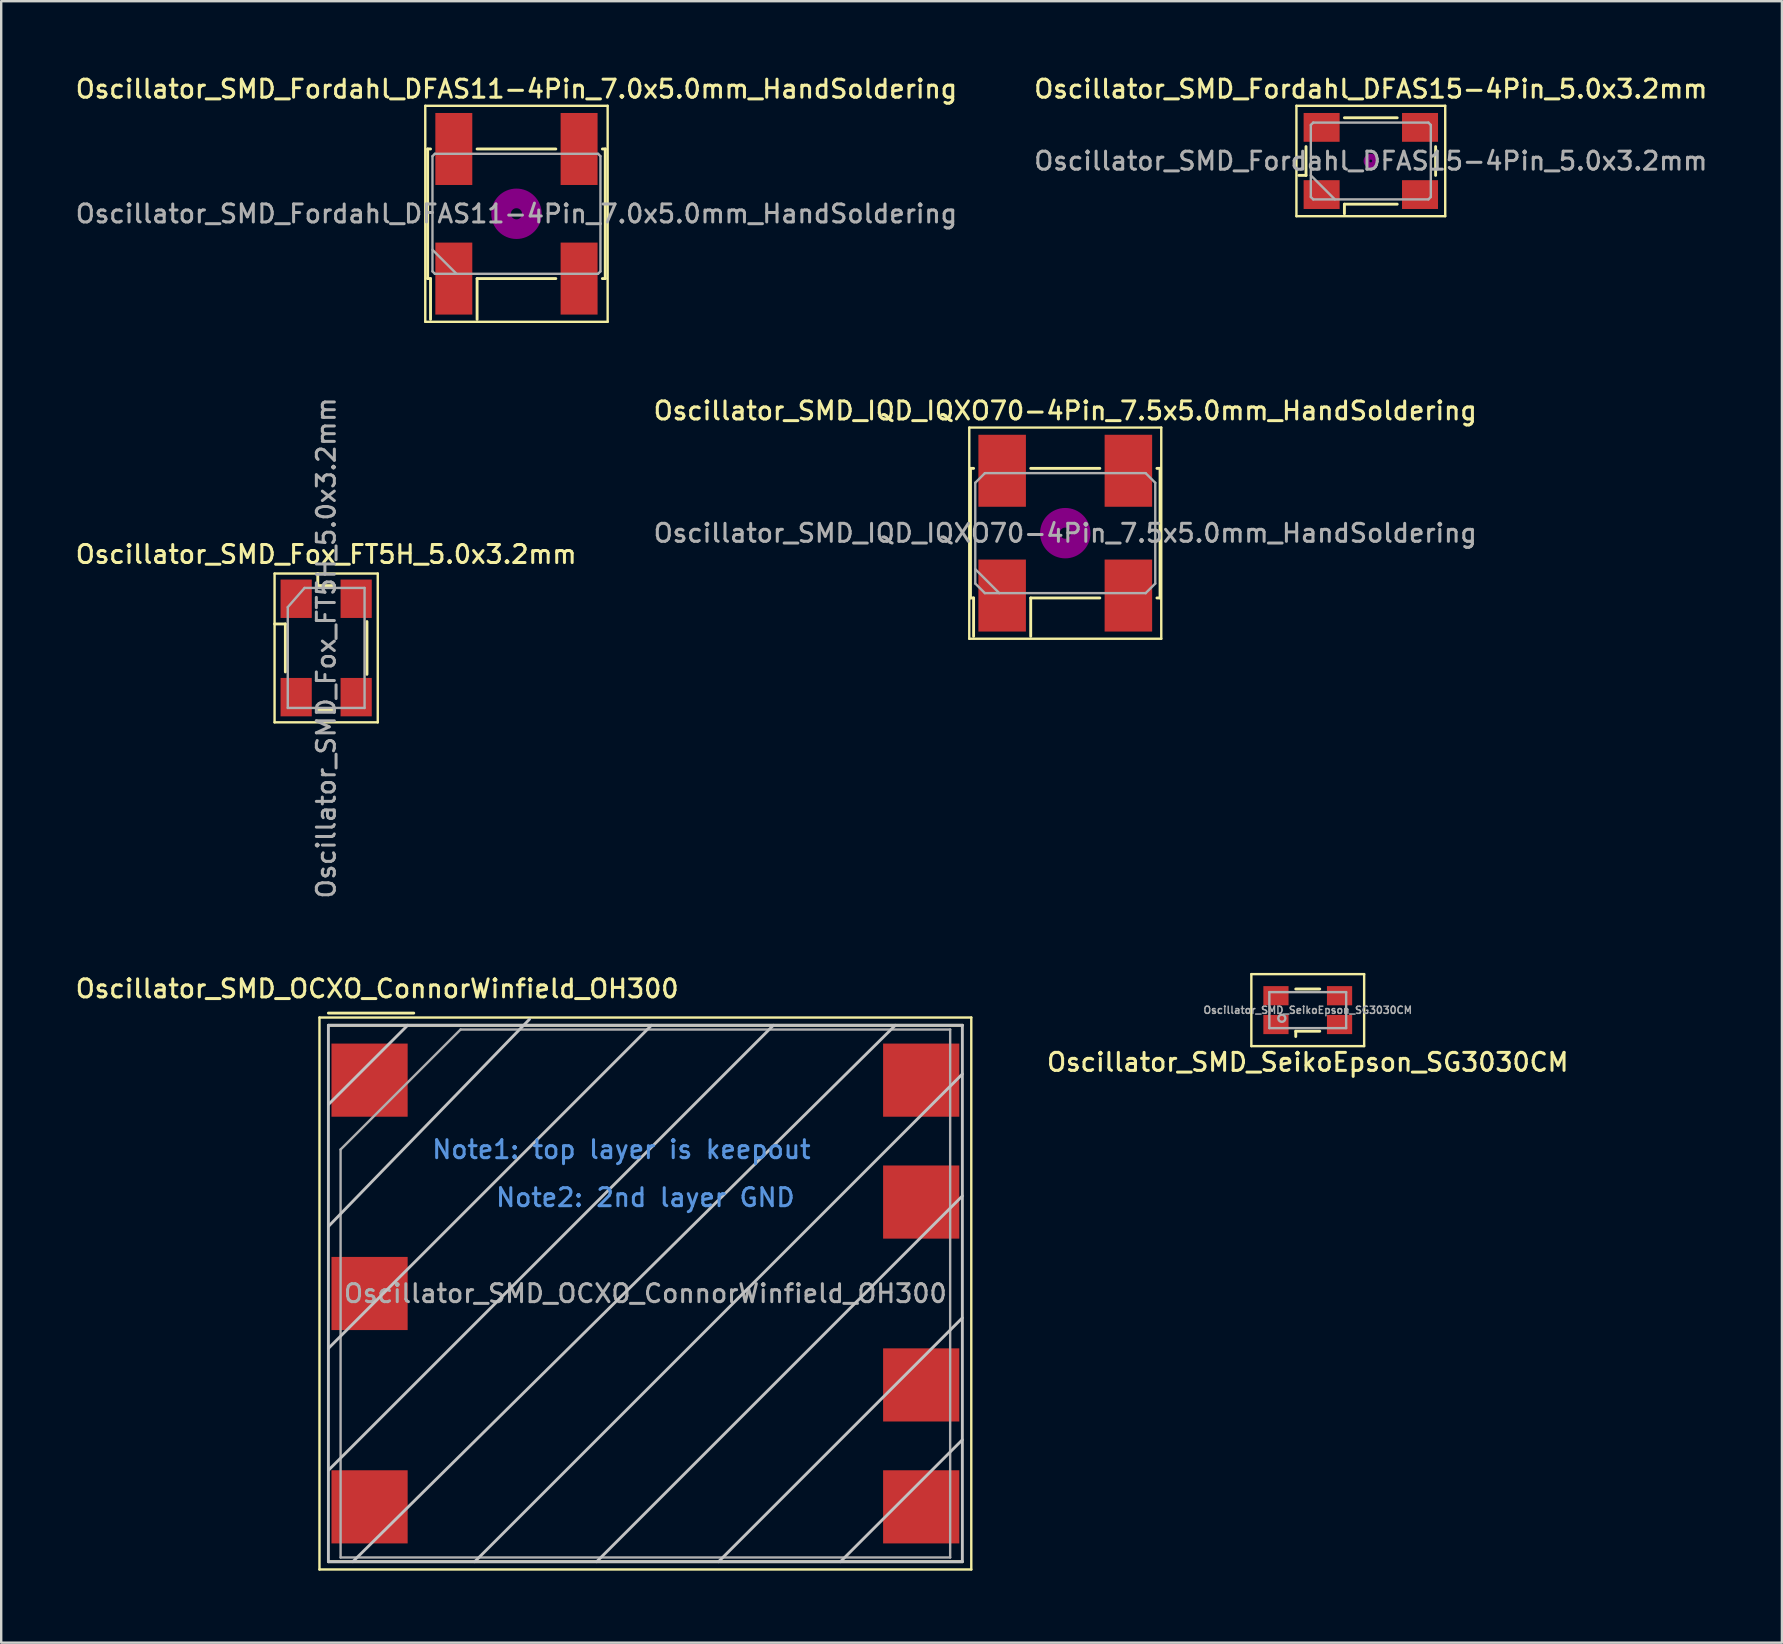
<source format=kicad_pcb>
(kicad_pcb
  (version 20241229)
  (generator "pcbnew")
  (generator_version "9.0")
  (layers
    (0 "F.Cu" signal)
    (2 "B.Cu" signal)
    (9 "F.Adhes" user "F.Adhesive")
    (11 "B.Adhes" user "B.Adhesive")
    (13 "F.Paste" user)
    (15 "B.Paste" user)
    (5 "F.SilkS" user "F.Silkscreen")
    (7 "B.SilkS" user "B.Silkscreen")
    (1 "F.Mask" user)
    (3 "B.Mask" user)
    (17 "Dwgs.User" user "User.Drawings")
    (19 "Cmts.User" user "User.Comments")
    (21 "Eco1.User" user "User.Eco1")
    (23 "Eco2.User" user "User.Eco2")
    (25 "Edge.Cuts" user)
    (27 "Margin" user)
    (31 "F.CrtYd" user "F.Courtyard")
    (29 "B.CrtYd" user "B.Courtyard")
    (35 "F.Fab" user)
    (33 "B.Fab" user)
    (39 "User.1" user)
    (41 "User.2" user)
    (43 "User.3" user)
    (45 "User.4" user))
  (footprint "Oscillator_SMD_OCXO_ConnorWinfield_OH300"
    (layer "F.Cu")
    (at 23.842 50.848)
    (property "Reference" "Oscillator_SMD_OCXO_ConnorWinfield_OH300" (at -11.176 -12.7 0) (layer "F.SilkS") (effects (font (size 0.75 0.75) (thickness 0.125))))
    (attr smd)
    (fp_line (start -13.58 -11.5) (end -13.58 11.5) (stroke (width 0.1) (type solid)) (layer "F.SilkS"))
    (fp_line (start -13.58 11.5) (end 13.58 11.5) (stroke (width 0.1) (type solid)) (layer "F.SilkS"))
    (fp_line (start -13.208 -11.176) (end 13.208 -11.176) (stroke (width 0.12) (type solid)) (layer "F.SilkS"))
    (fp_line (start -9.652 -11.684) (end -13.208 -11.684) (stroke (width 0.12) (type solid)) (layer "F.SilkS"))
    (fp_line (start 13.208 11.176) (end -13.208 11.176) (stroke (width 0.12) (type solid)) (layer "F.SilkS"))
    (fp_line (start 13.58 -11.5) (end -13.58 -11.5) (stroke (width 0.1) (type solid)) (layer "F.SilkS"))
    (fp_line (start 13.58 11.5) (end 13.58 -11.5) (stroke (width 0.1) (type solid)) (layer "F.SilkS"))
    (fp_line (start -13.208 -11.176) (end 13.208 -11.176) (stroke (width 0.12) (type solid)) (layer "Dwgs.User"))
    (fp_line (start -13.208 -7.874) (end -9.906 -11.176) (stroke (width 0.12) (type solid)) (layer "Dwgs.User"))
    (fp_line (start -13.208 2.286) (end 0.254 -11.176) (stroke (width 0.12) (type solid)) (layer "Dwgs.User"))
    (fp_line (start -13.208 11.176) (end -13.208 -11.176) (stroke (width 0.12) (type solid)) (layer "Dwgs.User"))
    (fp_line (start -12.192 11.176) (end 10.414 -11.176) (stroke (width 0.12) (type solid)) (layer "Dwgs.User"))
    (fp_line (start -4.826 -11.43) (end -13.208 -2.794) (stroke (width 0.12) (type solid)) (layer "Dwgs.User"))
    (fp_line (start -2.032 11.176) (end 13.208 -4.064) (stroke (width 0.12) (type solid)) (layer "Dwgs.User"))
    (fp_line (start 3.048 11.176) (end 13.208 1.016) (stroke (width 0.12) (type solid)) (layer "Dwgs.User"))
    (fp_line (start 5.334 -11.176) (end -13.208 7.366) (stroke (width 0.12) (type solid)) (layer "Dwgs.User"))
    (fp_line (start 13.208 -11.176) (end 13.208 11.176) (stroke (width 0.12) (type solid)) (layer "Dwgs.User"))
    (fp_line (start 13.208 -9.144) (end -7.112 11.176) (stroke (width 0.12) (type solid)) (layer "Dwgs.User"))
    (fp_line (start 13.208 6.096) (end 8.128 11.176) (stroke (width 0.12) (type solid)) (layer "Dwgs.User"))
    (fp_line (start 13.208 11.176) (end -13.208 11.176) (stroke (width 0.12) (type solid)) (layer "Dwgs.User"))
    (fp_line (start -12.7 11) (end -12.7 -6) (stroke (width 0.1) (type solid)) (layer "F.Fab"))
    (fp_line (start -7.7 -11) (end -12.7 -6) (stroke (width 0.1) (type solid)) (layer "F.Fab"))
    (fp_line (start -7.7 -11) (end 12.7 -11) (stroke (width 0.1) (type solid)) (layer "F.Fab"))
    (fp_line (start 12.7 -11) (end 12.7 11) (stroke (width 0.1) (type solid)) (layer "F.Fab"))
    (fp_line (start 12.7 11) (end -12.7 11) (stroke (width 0.1) (type solid)) (layer "F.Fab"))
    (fp_text user "Note2: 2nd layer GND" (at 0 -4 0) (layer "Cmts.User") (effects (font (size 0.75 0.75) (thickness 0.125))))
    (fp_text user "Note1: top layer is keepout" (at -1 -6 0) (layer "Cmts.User") (effects (font (size 0.75 0.75) (thickness 0.125))))
    (fp_text user "${REFERENCE}" (at 0 0 0) (layer "F.Fab") (effects (font (size 0.75 0.75) (thickness 0.125))))
    (pad "1" smd rect (at -11.493 -8.89 270) (size 3.048 3.175) (layers "F.Cu" "F.Mask" "F.Paste"))
    (pad "2" smd rect (at -11.493 0 270) (size 3.048 3.175) (layers "F.Cu" "F.Mask" "F.Paste"))
    (pad "3" smd rect (at -11.493 8.89 270) (size 3.048 3.175) (layers "F.Cu" "F.Mask" "F.Paste"))
    (pad "4" smd rect (at 11.493 8.89 270) (size 3.048 3.175) (layers "F.Cu" "F.Mask" "F.Paste"))
    (pad "5" smd rect (at 11.493 3.81 270) (size 3.048 3.175) (layers "F.Cu" "F.Mask" "F.Paste"))
    (pad "6" smd rect (at 11.493 -3.81 270) (size 3.048 3.175) (layers "F.Cu" "F.Mask" "F.Paste"))
    (pad "7" smd rect (at 11.493 -8.89 270) (size 3.048 3.175) (layers "F.Cu" "F.Mask" "F.Paste")))
  (footprint "Oscillator_SMD_Fordahl_DFAS15-4Pin_5.0x3.2mm"
    (layer "F.Cu")
    (at 54.07 3.658)
    (property "Reference" "Oscillator_SMD_Fordahl_DFAS15-4Pin_5.0x3.2mm" (at 0 -3 0) (layer "F.SilkS") (effects (font (size 0.75 0.75) (thickness 0.125))))
    (attr smd)
    (fp_line (start -3.1 -2.3) (end -3.1 2.3) (stroke (width 0.1) (type solid)) (layer "F.SilkS"))
    (fp_line (start -3.1 2.3) (end 3.1 2.3) (stroke (width 0.1) (type solid)) (layer "F.SilkS"))
    (fp_line (start -3 0.6) (end -2.7 0.6) (stroke (width 0.12) (type solid)) (layer "F.SilkS"))
    (fp_line (start -2.7 0.6) (end -2.7 -0.6) (stroke (width 0.12) (type solid)) (layer "F.SilkS"))
    (fp_line (start -1.1 -1.8) (end 1.1 -1.8) (stroke (width 0.12) (type solid)) (layer "F.SilkS"))
    (fp_line (start -1.1 1.8) (end -1.1 2.2) (stroke (width 0.12) (type solid)) (layer "F.SilkS"))
    (fp_line (start 1.1 1.8) (end -1.1 1.8) (stroke (width 0.12) (type solid)) (layer "F.SilkS"))
    (fp_line (start 2.7 -0.6) (end 2.7 0.6) (stroke (width 0.12) (type solid)) (layer "F.SilkS"))
    (fp_line (start 3.1 -2.3) (end -3.1 -2.3) (stroke (width 0.1) (type solid)) (layer "F.SilkS"))
    (fp_line (start 3.1 2.3) (end 3.1 -2.3) (stroke (width 0.1) (type solid)) (layer "F.SilkS"))
    (fp_circle (center 0 0) (end 0.058 0) (stroke (width 0.117) (type solid)) (fill no) (layer "F.Adhes"))
    (fp_circle (center 0 0) (end 0.133 0) (stroke (width 0.083) (type solid)) (fill no) (layer "F.Adhes"))
    (fp_circle (center 0 0) (end 0.208 0) (stroke (width 0.083) (type solid)) (fill no) (layer "F.Adhes"))
    (fp_circle (center 0 0) (end 0.25 0) (stroke (width 0.1) (type solid)) (fill no) (layer "F.Adhes"))
    (fp_line (start -2.5 -1.5) (end -2.4 -1.6) (stroke (width 0.1) (type solid)) (layer "F.Fab"))
    (fp_line (start -2.5 0.6) (end -1.5 1.6) (stroke (width 0.1) (type solid)) (layer "F.Fab"))
    (fp_line (start -2.5 1.5) (end -2.5 -1.5) (stroke (width 0.1) (type solid)) (layer "F.Fab"))
    (fp_line (start -2.4 -1.6) (end 2.4 -1.6) (stroke (width 0.1) (type solid)) (layer "F.Fab"))
    (fp_line (start -2.4 1.6) (end -2.5 1.5) (stroke (width 0.1) (type solid)) (layer "F.Fab"))
    (fp_line (start 2.4 -1.6) (end 2.5 -1.5) (stroke (width 0.1) (type solid)) (layer "F.Fab"))
    (fp_line (start 2.4 1.6) (end -2.4 1.6) (stroke (width 0.1) (type solid)) (layer "F.Fab"))
    (fp_line (start 2.5 -1.5) (end 2.5 1.5) (stroke (width 0.1) (type solid)) (layer "F.Fab"))
    (fp_line (start 2.5 1.5) (end 2.4 1.6) (stroke (width 0.1) (type solid)) (layer "F.Fab"))
    (fp_text user "${REFERENCE}" (at 0 0 0) (layer "F.Fab") (effects (font (size 0.75 0.75) (thickness 0.125))))
    (pad "1" smd rect (at -2.05 1.4) (size 1.5 1.2) (layers "F.Cu" "F.Mask" "F.Paste"))
    (pad "2" smd rect (at 2.05 1.4) (size 1.5 1.2) (layers "F.Cu" "F.Mask" "F.Paste"))
    (pad "3" smd rect (at 2.05 -1.4) (size 1.5 1.2) (layers "F.Cu" "F.Mask" "F.Paste"))
    (pad "4" smd rect (at -2.05 -1.4) (size 1.5 1.2) (layers "F.Cu" "F.Mask" "F.Paste")))
  (footprint "Oscillator_SMD_SeikoEpson_SG3030CM"
    (layer "F.Cu")
    (at 51.442 39.04)
    (property "Reference" "Oscillator_SMD_SeikoEpson_SG3030CM" (at 0 2.17 0) (layer "F.SilkS") (effects (font (size 0.75 0.75) (thickness 0.125))))
    (attr smd)
    (fp_line (start -2.35 -1.5) (end 2.35 -1.5) (stroke (width 0.1) (type solid)) (layer "F.SilkS"))
    (fp_line (start -2.35 1.5) (end -2.35 -1.5) (stroke (width 0.1) (type solid)) (layer "F.SilkS"))
    (fp_line (start -0.5 -0.88) (end 0.5 -0.88) (stroke (width 0.12) (type solid)) (layer "F.SilkS"))
    (fp_line (start -0.5 0.88) (end 0.5 0.88) (stroke (width 0.12) (type solid)) (layer "F.SilkS"))
    (fp_line (start -0.5 1.1) (end -0.5 0.88) (stroke (width 0.12) (type solid)) (layer "F.SilkS"))
    (fp_line (start 2.35 -1.5) (end 2.35 1.5) (stroke (width 0.1) (type solid)) (layer "F.SilkS"))
    (fp_line (start 2.35 1.5) (end -2.35 1.5) (stroke (width 0.1) (type solid)) (layer "F.SilkS"))
    (fp_line (start -1.6 -0.75) (end -1.6 0.75) (stroke (width 0.1) (type solid)) (layer "F.Fab"))
    (fp_line (start -1.6 -0.75) (end 1.6 -0.75) (stroke (width 0.1) (type solid)) (layer "F.Fab"))
    (fp_line (start 1.6 -0.75) (end 1.6 0.75) (stroke (width 0.1) (type solid)) (layer "F.Fab"))
    (fp_line (start 1.6 0.75) (end -1.6 0.75) (stroke (width 0.1) (type solid)) (layer "F.Fab"))
    (fp_circle (center -1.08 0.34) (end -0.94 0.29) (stroke (width 0.1) (type solid)) (fill no) (layer "F.Fab"))
    (fp_text user "${REFERENCE}" (at 0 0 0) (layer "F.Fab") (effects (font (size 0.3 0.3) (thickness 0.06))))
    (pad "1" smd rect (at -1.325 0.6) (size 1.05 0.8) (layers "F.Cu" "F.Mask" "F.Paste"))
    (pad "2" smd rect (at 1.325 0.6) (size 1.05 0.8) (layers "F.Cu" "F.Mask" "F.Paste"))
    (pad "3" smd rect (at 1.325 -0.6) (size 1.05 0.8) (layers "F.Cu" "F.Mask" "F.Paste"))
    (pad "4" smd rect (at -1.325 -0.6) (size 1.05 0.8) (layers "F.Cu" "F.Mask" "F.Paste")))
  (footprint "Oscillator_SMD_IQD_IQXO70-4Pin_7.5x5.0mm_HandSoldering"
    (layer "F.Cu")
    (at 41.338 19.166)
    (property "Reference" "Oscillator_SMD_IQD_IQXO70-4Pin_7.5x5.0mm_HandSoldering" (at 0 -5.1 0) (layer "F.SilkS") (effects (font (size 0.75 0.75) (thickness 0.125))))
    (attr smd)
    (fp_line (start -4 -4.4) (end -4 4.4) (stroke (width 0.1) (type solid)) (layer "F.SilkS"))
    (fp_line (start -4 4.4) (end 4 4.4) (stroke (width 0.1) (type solid)) (layer "F.SilkS"))
    (fp_line (start -3.95 -2.7) (end -3.82 -2.7) (stroke (width 0.12) (type solid)) (layer "F.SilkS"))
    (fp_line (start -3.95 2.7) (end -3.95 -2.7) (stroke (width 0.12) (type solid)) (layer "F.SilkS"))
    (fp_line (start -3.82 2.7) (end -3.95 2.7) (stroke (width 0.12) (type solid)) (layer "F.SilkS"))
    (fp_line (start -3.82 4.3) (end -3.82 2.7) (stroke (width 0.12) (type solid)) (layer "F.SilkS"))
    (fp_line (start -1.44 -2.7) (end 1.44 -2.7) (stroke (width 0.12) (type solid)) (layer "F.SilkS"))
    (fp_line (start -1.44 2.7) (end -1.44 4.3) (stroke (width 0.12) (type solid)) (layer "F.SilkS"))
    (fp_line (start 1.44 2.7) (end -1.44 2.7) (stroke (width 0.12) (type solid)) (layer "F.SilkS"))
    (fp_line (start 3.82 -2.7) (end 3.95 -2.7) (stroke (width 0.12) (type solid)) (layer "F.SilkS"))
    (fp_line (start 3.95 -2.7) (end 3.95 2.7) (stroke (width 0.12) (type solid)) (layer "F.SilkS"))
    (fp_line (start 3.95 2.7) (end 3.82 2.7) (stroke (width 0.12) (type solid)) (layer "F.SilkS"))
    (fp_line (start 4 -4.4) (end -4 -4.4) (stroke (width 0.1) (type solid)) (layer "F.SilkS"))
    (fp_line (start 4 4.4) (end 4 -4.4) (stroke (width 0.1) (type solid)) (layer "F.SilkS"))
    (fp_circle (center 0 0) (end 0.233 0) (stroke (width 0.467) (type solid)) (fill no) (layer "F.Adhes"))
    (fp_circle (center 0 0) (end 0.533 0) (stroke (width 0.333) (type solid)) (fill no) (layer "F.Adhes"))
    (fp_circle (center 0 0) (end 0.833 0) (stroke (width 0.333) (type solid)) (fill no) (layer "F.Adhes"))
    (fp_circle (center 0 0) (end 1 0) (stroke (width 0.1) (type solid)) (fill no) (layer "F.Adhes"))
    (fp_line (start -3.75 -2.1) (end -3.35 -2.5) (stroke (width 0.1) (type solid)) (layer "F.Fab"))
    (fp_line (start -3.75 1.5) (end -2.75 2.5) (stroke (width 0.1) (type solid)) (layer "F.Fab"))
    (fp_line (start -3.75 2.1) (end -3.75 -2.1) (stroke (width 0.1) (type solid)) (layer "F.Fab"))
    (fp_line (start -3.35 -2.5) (end 3.35 -2.5) (stroke (width 0.1) (type solid)) (layer "F.Fab"))
    (fp_line (start -3.35 2.5) (end -3.75 2.1) (stroke (width 0.1) (type solid)) (layer "F.Fab"))
    (fp_line (start 3.35 -2.5) (end 3.75 -2.1) (stroke (width 0.1) (type solid)) (layer "F.Fab"))
    (fp_line (start 3.35 2.5) (end -3.35 2.5) (stroke (width 0.1) (type solid)) (layer "F.Fab"))
    (fp_line (start 3.75 -2.1) (end 3.75 2.1) (stroke (width 0.1) (type solid)) (layer "F.Fab"))
    (fp_line (start 3.75 2.1) (end 3.35 2.5) (stroke (width 0.1) (type solid)) (layer "F.Fab"))
    (fp_text user "${REFERENCE}" (at 0 0 0) (layer "F.Fab") (effects (font (size 0.75 0.75) (thickness 0.125))))
    (pad "1" smd rect (at -2.63 2.6) (size 1.98 3) (layers "F.Cu" "F.Mask" "F.Paste"))
    (pad "2" smd rect (at 2.63 2.6) (size 1.98 3) (layers "F.Cu" "F.Mask" "F.Paste"))
    (pad "3" smd rect (at 2.63 -2.6) (size 1.98 3) (layers "F.Cu" "F.Mask" "F.Paste"))
    (pad "4" smd rect (at -2.63 -2.6) (size 1.98 3) (layers "F.Cu" "F.Mask" "F.Paste")))
  (footprint "Oscillator_SMD_Fordahl_DFAS11-4Pin_7.0x5.0mm_HandSoldering"
    (layer "F.Cu")
    (at 18.47 5.858)
    (property "Reference" "Oscillator_SMD_Fordahl_DFAS11-4Pin_7.0x5.0mm_HandSoldering" (at 0 -5.2 0) (layer "F.SilkS") (effects (font (size 0.75 0.75) (thickness 0.125))))
    (attr smd)
    (fp_line (start -3.8 -4.5) (end -3.8 4.5) (stroke (width 0.1) (type solid)) (layer "F.SilkS"))
    (fp_line (start -3.8 4.5) (end 3.8 4.5) (stroke (width 0.1) (type solid)) (layer "F.SilkS"))
    (fp_line (start -3.7 -2.7) (end -3.58 -2.7) (stroke (width 0.12) (type solid)) (layer "F.SilkS"))
    (fp_line (start -3.7 2.7) (end -3.7 -2.7) (stroke (width 0.12) (type solid)) (layer "F.SilkS"))
    (fp_line (start -3.58 2.7) (end -3.7 2.7) (stroke (width 0.12) (type solid)) (layer "F.SilkS"))
    (fp_line (start -3.58 4.4) (end -3.58 2.7) (stroke (width 0.12) (type solid)) (layer "F.SilkS"))
    (fp_line (start -1.64 -2.7) (end 1.64 -2.7) (stroke (width 0.12) (type solid)) (layer "F.SilkS"))
    (fp_line (start -1.64 2.7) (end -1.64 4.4) (stroke (width 0.12) (type solid)) (layer "F.SilkS"))
    (fp_line (start 1.64 2.7) (end -1.64 2.7) (stroke (width 0.12) (type solid)) (layer "F.SilkS"))
    (fp_line (start 3.58 -2.7) (end 3.7 -2.7) (stroke (width 0.12) (type solid)) (layer "F.SilkS"))
    (fp_line (start 3.7 -2.7) (end 3.7 2.7) (stroke (width 0.12) (type solid)) (layer "F.SilkS"))
    (fp_line (start 3.7 2.7) (end 3.58 2.7) (stroke (width 0.12) (type solid)) (layer "F.SilkS"))
    (fp_line (start 3.8 -4.5) (end -3.8 -4.5) (stroke (width 0.1) (type solid)) (layer "F.SilkS"))
    (fp_line (start 3.8 4.5) (end 3.8 -4.5) (stroke (width 0.1) (type solid)) (layer "F.SilkS"))
    (fp_circle (center 0 0) (end 0.233 0) (stroke (width 0.467) (type solid)) (fill no) (layer "F.Adhes"))
    (fp_circle (center 0 0) (end 0.533 0) (stroke (width 0.333) (type solid)) (fill no) (layer "F.Adhes"))
    (fp_circle (center 0 0) (end 0.833 0) (stroke (width 0.333) (type solid)) (fill no) (layer "F.Adhes"))
    (fp_circle (center 0 0) (end 1 0) (stroke (width 0.1) (type solid)) (fill no) (layer "F.Adhes"))
    (fp_line (start -3.5 -2.4) (end -3.4 -2.5) (stroke (width 0.1) (type solid)) (layer "F.Fab"))
    (fp_line (start -3.5 1.5) (end -2.5 2.5) (stroke (width 0.1) (type solid)) (layer "F.Fab"))
    (fp_line (start -3.5 2.4) (end -3.5 -2.4) (stroke (width 0.1) (type solid)) (layer "F.Fab"))
    (fp_line (start -3.4 -2.5) (end 3.4 -2.5) (stroke (width 0.1) (type solid)) (layer "F.Fab"))
    (fp_line (start -3.4 2.5) (end -3.5 2.4) (stroke (width 0.1) (type solid)) (layer "F.Fab"))
    (fp_line (start 3.4 -2.5) (end 3.5 -2.4) (stroke (width 0.1) (type solid)) (layer "F.Fab"))
    (fp_line (start 3.4 2.5) (end -3.4 2.5) (stroke (width 0.1) (type solid)) (layer "F.Fab"))
    (fp_line (start 3.5 -2.4) (end 3.5 2.4) (stroke (width 0.1) (type solid)) (layer "F.Fab"))
    (fp_line (start 3.5 2.4) (end 3.4 2.5) (stroke (width 0.1) (type solid)) (layer "F.Fab"))
    (fp_text user "${REFERENCE}" (at 0 0 0) (layer "F.Fab") (effects (font (size 0.75 0.75) (thickness 0.125))))
    (pad "1" smd rect (at -2.61 2.7) (size 1.54 3) (layers "F.Cu" "F.Mask" "F.Paste"))
    (pad "2" smd rect (at 2.61 2.7) (size 1.54 3) (layers "F.Cu" "F.Mask" "F.Paste"))
    (pad "3" smd rect (at 2.61 -2.7) (size 1.54 3) (layers "F.Cu" "F.Mask" "F.Paste"))
    (pad "4" smd rect (at -2.61 -2.7) (size 1.54 3) (layers "F.Cu" "F.Mask" "F.Paste")))
  (footprint "Oscillator_SMD_Fox_FT5H_5.0x3.2mm"
    (layer "F.Cu")
    (at 10.541 23.949)
    (property "Reference" "Oscillator_SMD_Fox_FT5H_5.0x3.2mm" (at 0 -3.9 0) (layer "F.SilkS") (effects (font (size 0.75 0.75) (thickness 0.125))))
    (attr smd)
    (fp_line (start -2.15 -3.1) (end 2.15 -3.1) (stroke (width 0.1) (type solid)) (layer "F.SilkS"))
    (fp_line (start -2.15 3.1) (end -2.15 -3.1) (stroke (width 0.1) (type solid)) (layer "F.SilkS"))
    (fp_line (start -1.7 -1) (end -2.15 -1) (stroke (width 0.12) (type solid)) (layer "F.SilkS"))
    (fp_line (start -1.7 1) (end -1.7 -1) (stroke (width 0.12) (type solid)) (layer "F.SilkS"))
    (fp_line (start -0.35 -2.6) (end -0.35 -3.1) (stroke (width 0.12) (type solid)) (layer "F.SilkS"))
    (fp_line (start -0.35 -2.6) (end 0.35 -2.6) (stroke (width 0.12) (type solid)) (layer "F.SilkS"))
    (fp_line (start 0.35 2.6) (end -0.35 2.6) (stroke (width 0.12) (type solid)) (layer "F.SilkS"))
    (fp_line (start 1.7 -1.1) (end 1.7 1.1) (stroke (width 0.12) (type solid)) (layer "F.SilkS"))
    (fp_line (start 2.15 -3.1) (end 2.15 3.1) (stroke (width 0.1) (type solid)) (layer "F.SilkS"))
    (fp_line (start 2.15 3.1) (end -2.15 3.1) (stroke (width 0.1) (type solid)) (layer "F.SilkS"))
    (fp_line (start -1.6 -1.7) (end -0.9 -2.5) (stroke (width 0.1) (type solid)) (layer "F.Fab"))
    (fp_line (start -1.6 2.5) (end -1.6 -1.7) (stroke (width 0.1) (type solid)) (layer "F.Fab"))
    (fp_line (start -0.9 -2.5) (end 1.6 -2.5) (stroke (width 0.1) (type solid)) (layer "F.Fab"))
    (fp_line (start 1.6 -2.5) (end 1.6 2.5) (stroke (width 0.1) (type solid)) (layer "F.Fab"))
    (fp_line (start 1.6 2.5) (end -1.6 2.5) (stroke (width 0.1) (type solid)) (layer "F.Fab"))
    (fp_text user "${REFERENCE}" (at 0 0 270) (layer "F.Fab") (effects (font (size 0.75 0.75) (thickness 0.125))))
    (pad "1" smd rect (at -1.25 -2.05 270) (size 1.6 1.3) (layers "F.Cu" "F.Mask" "F.Paste"))
    (pad "2" smd rect (at -1.25 2.05 270) (size 1.6 1.3) (layers "F.Cu" "F.Mask" "F.Paste"))
    (pad "3" smd rect (at 1.25 2.05 270) (size 1.6 1.3) (layers "F.Cu" "F.Mask" "F.Paste"))
    (pad "4" smd rect (at 1.25 -2.05 270) (size 1.6 1.3) (layers "F.Cu" "F.Mask" "F.Paste")))
  (gr_rect
    (start -3 -3)
    (end 71.2 65.398)
    (stroke (width 0.1) (type default))
    (fill no)
    (layer "Edge.Cuts")))
</source>
